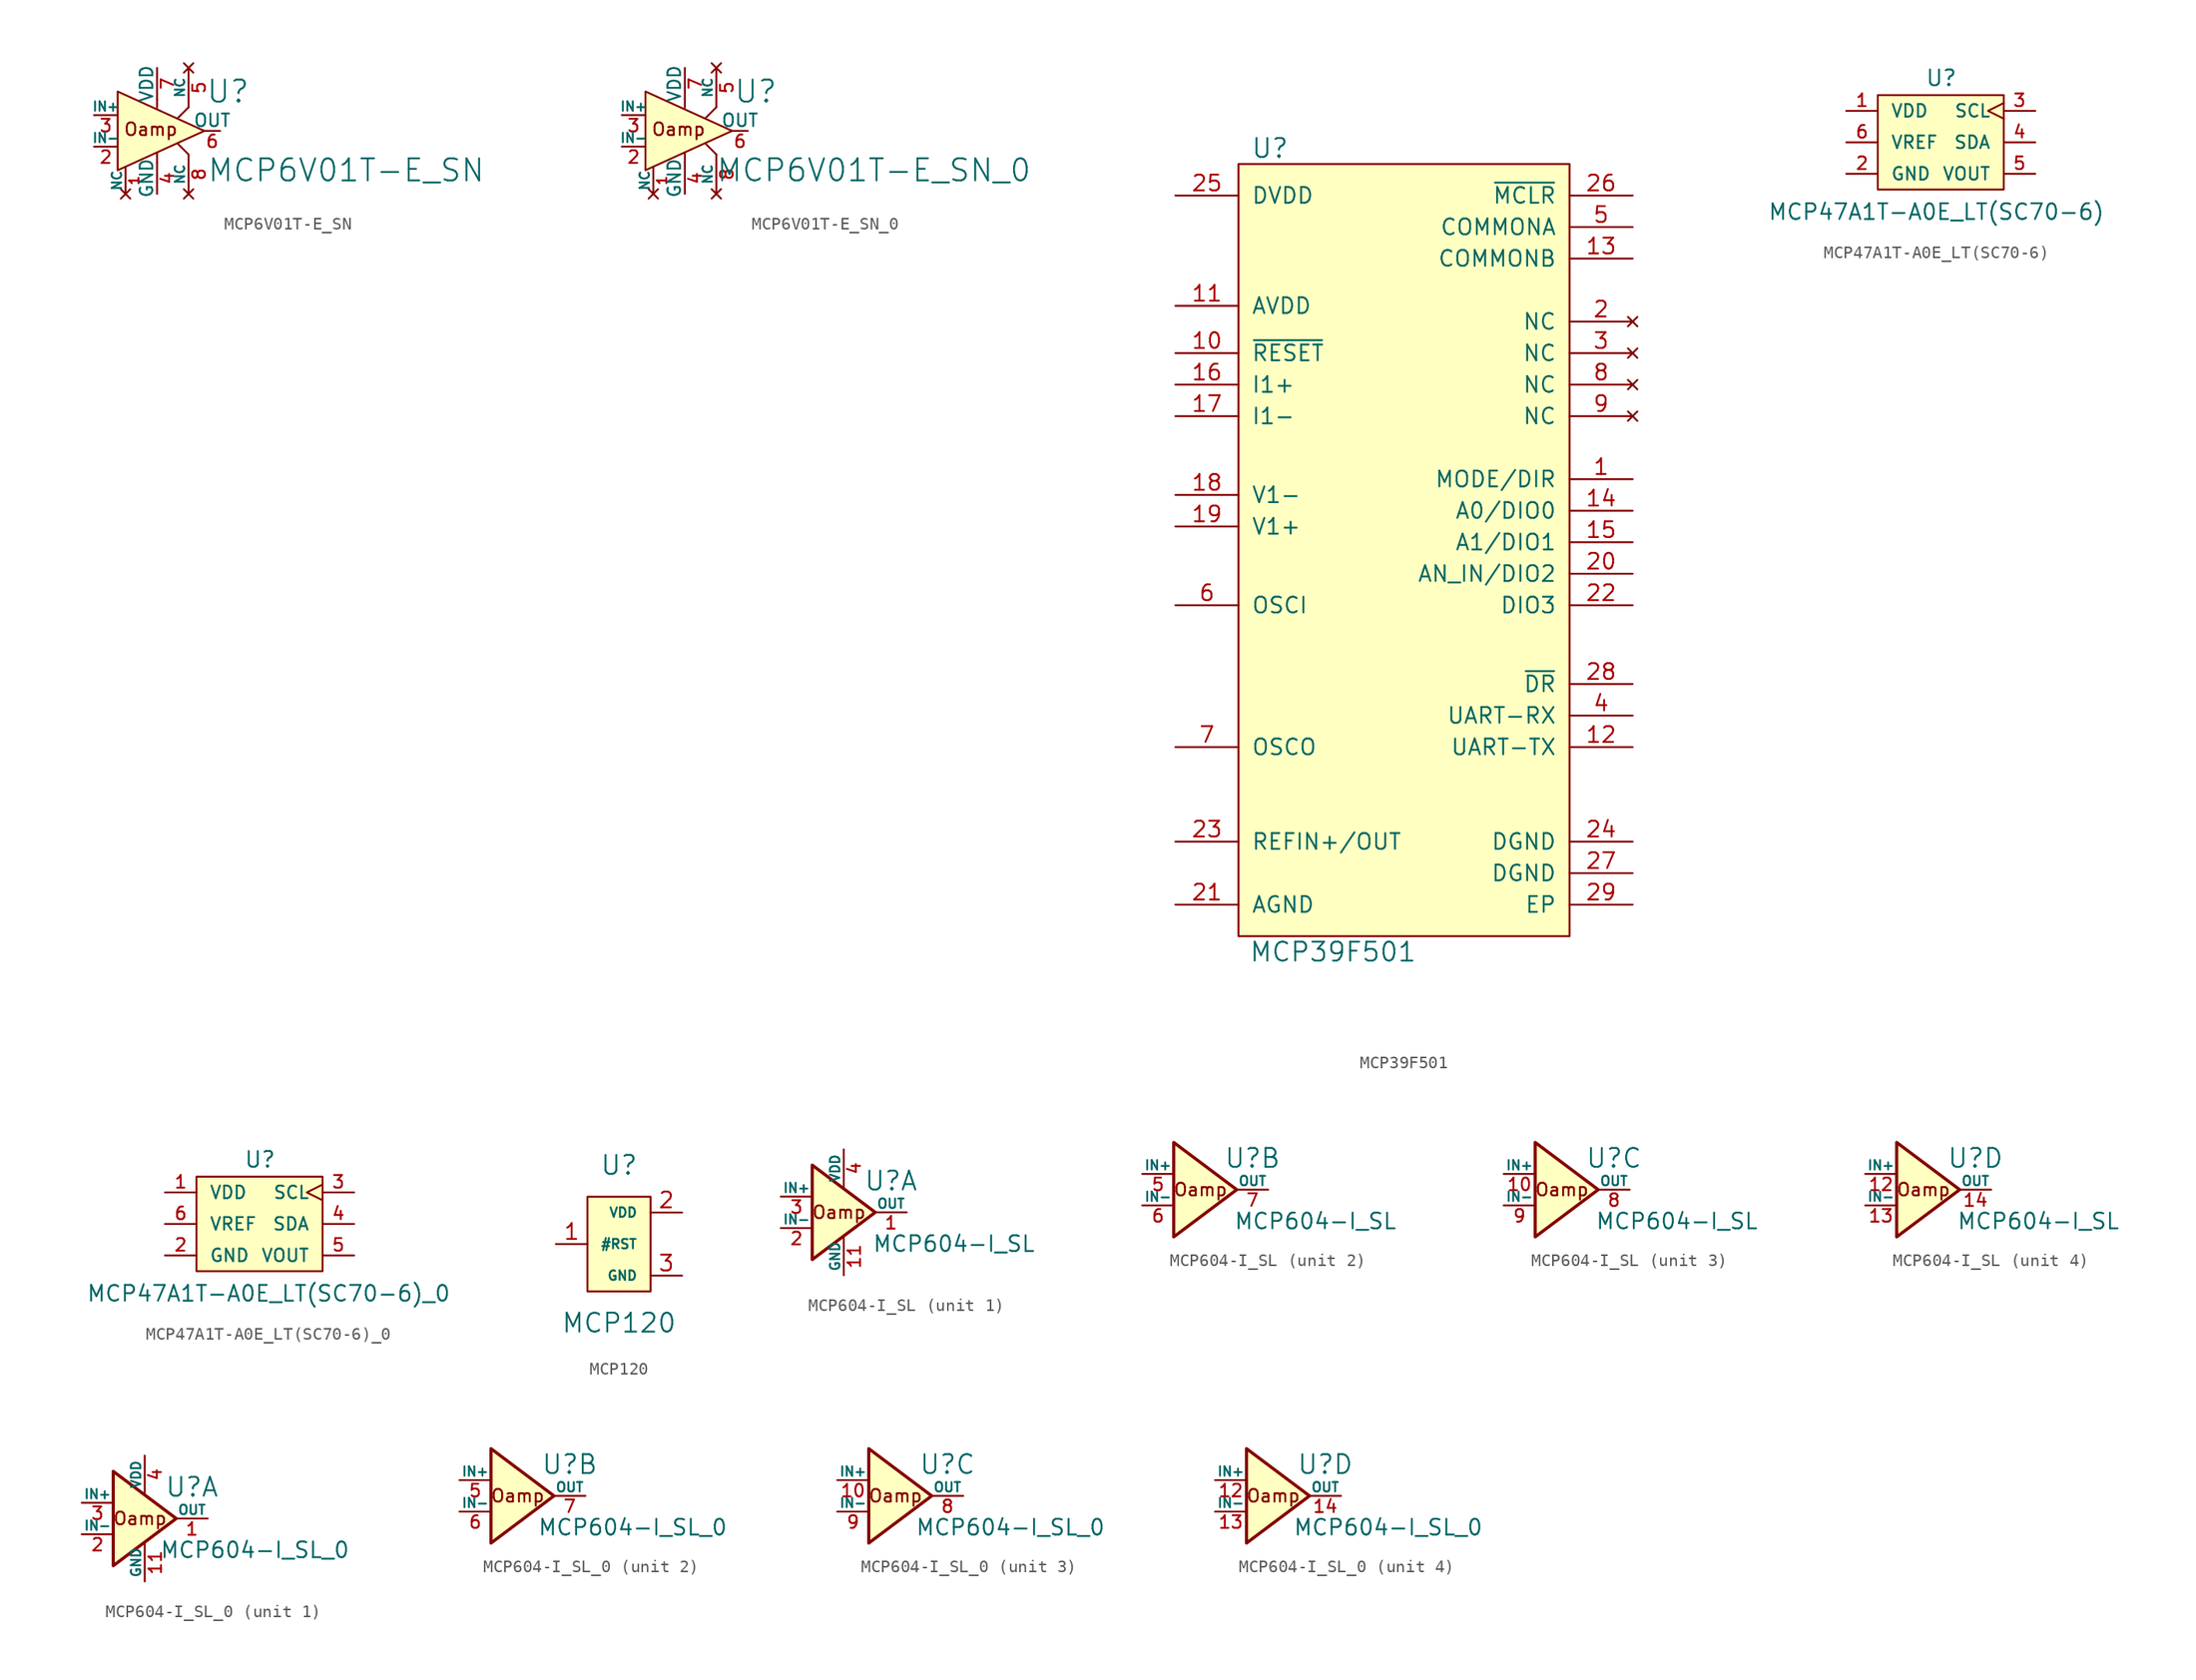
<source format=kicad_sym>
(kicad_symbol_lib
  (version 20220914)
  (generator kicad_symbol_editor)
  (symbol "MCP6V01T-E_SN"
    (pin_names
      (offset 0))
    (property "Reference" "U"
      (at 5.715 3.175 0)
      (effects (font (size 1.778 1.778))))
    (property "Value" "MCP6V01T-E_SN"
      (at 15.24 -3.175 0)
      (effects (font (size 1.778 1.778))))
    (property "Footprint" ""
      (at 0 0 0)
      (effects (font (size 1.524 1.524))))
    (property "Datasheet" ""
      (at 0 0 0)
      (effects (font (size 1.524 1.524))))
    (symbol "MCP6V01T-E_SN_0_0"
      (text "Oamp" (at -0.508 0.127 0) (effects (font (size 1.016 1.016)))))
    (symbol "MCP6V01T-E_SN_0_1"
      (polyline (pts (xy 0 -2.54) (xy 0 -1.778)) (stroke (width 0) (type solid)) (fill (type none)))
      (polyline (pts (xy 1.905 -1.27) (xy 1.651 -1.016)) (stroke (width 0) (type solid)) (fill (type none)))
      (polyline (pts (xy 1.905 1.27) (xy 1.651 1.016)) (stroke (width 0) (type solid)) (fill (type none)))
      (polyline (pts (xy 2.54 -1.905) (xy 1.905 -1.27)) (stroke (width 0) (type solid)) (fill (type none)))
      (polyline (pts (xy 2.54 1.905) (xy 1.905 1.27)) (stroke (width 0) (type solid)) (fill (type none)))
      (polyline (pts (xy -3.175 3.175) (xy -3.175 -3.175) (xy 3.81 0) (xy -3.175 3.175)) (stroke (width 0) (type solid)) (fill (type background)))
      (rectangle (start 0 1.778) (end 0 1.778) (stroke (width 0) (type solid)) (fill (type background)))
      (rectangle (start 0 2.54) (end 0 1.905) (stroke (width 0) (type solid)) (fill (type none))))
    (symbol "MCP6V01T-E_SN_1_1"
      (pin no_connect line (at -2.54 -5.08 90) (length 2.159) (name "NC" (effects (font (size 0.762 0.762)))) (number "1" (effects (font (size 0.762 0.762)))))
      (pin input line (at -5.08 -1.27 0) (length 1.905) (name "IN-" (effects (font (size 0.762 0.762)))) (number "2" (effects (font (size 1.016 1.016)))))
      (pin input line (at -5.08 1.27 0) (length 1.905) (name "IN+" (effects (font (size 0.762 0.762)))) (number "3" (effects (font (size 1.016 1.016)))))
      (pin passive line (at 0 -5.08 90) (length 2.54) (name "GND" (effects (font (size 1.016 1.016)))) (number "4" (effects (font (size 1.016 1.016)))))
      (pin no_connect line (at 2.54 5.08 270) (length 3.175) (name "NC" (effects (font (size 0.762 0.762)))) (number "5" (effects (font (size 1.016 1.016)))))
      (pin output line (at 5.08 0 180) (length 1.27) (name "OUT" (effects (font (size 1.016 1.016)))) (number "6" (effects (font (size 1.016 1.016)))))
      (pin passive line (at 0 5.08 270) (length 2.54) (name "VDD" (effects (font (size 1.016 1.016)))) (number "7" (effects (font (size 1.016 1.016)))))
      (pin no_connect line (at 2.54 -5.08 90) (length 3.175) (name "NC" (effects (font (size 0.762 0.762)))) (number "8" (effects (font (size 1.016 1.016)))))))
  (symbol "MCP6V01T-E_SN_0"
    (pin_names
      (offset 0))
    (property "Reference" "U"
      (at 5.715 3.175 0)
      (effects (font (size 1.778 1.778))))
    (property "Value" "MCP6V01T-E_SN_0"
      (at 15.24 -3.175 0)
      (effects (font (size 1.778 1.778))))
    (property "Footprint" ""
      (at 0 0 0)
      (effects (font (size 1.524 1.524))))
    (property "Datasheet" ""
      (at 0 0 0)
      (effects (font (size 1.524 1.524))))
    (symbol "MCP6V01T-E_SN_0_0_0"
      (text "Oamp" (at -0.508 0.127 0) (effects (font (size 1.016 1.016)))))
    (symbol "MCP6V01T-E_SN_0_0_1"
      (polyline (pts (xy 0 -2.54) (xy 0 -1.778)) (stroke (width 0) (type solid)) (fill (type none)))
      (polyline (pts (xy 1.905 -1.27) (xy 1.651 -1.016)) (stroke (width 0) (type solid)) (fill (type none)))
      (polyline (pts (xy 1.905 1.27) (xy 1.651 1.016)) (stroke (width 0) (type solid)) (fill (type none)))
      (polyline (pts (xy 2.54 -1.905) (xy 1.905 -1.27)) (stroke (width 0) (type solid)) (fill (type none)))
      (polyline (pts (xy 2.54 1.905) (xy 1.905 1.27)) (stroke (width 0) (type solid)) (fill (type none)))
      (polyline (pts (xy -3.175 3.175) (xy -3.175 -3.175) (xy 3.81 0) (xy -3.175 3.175)) (stroke (width 0) (type solid)) (fill (type background)))
      (rectangle (start 0 1.778) (end 0 1.778) (stroke (width 0) (type solid)) (fill (type background)))
      (rectangle (start 0 2.54) (end 0 1.905) (stroke (width 0) (type solid)) (fill (type none))))
    (symbol "MCP6V01T-E_SN_0_1_1"
      (pin no_connect line (at -2.54 -5.08 90) (length 2.159) (name "NC" (effects (font (size 0.762 0.762)))) (number "1" (effects (font (size 0.762 0.762)))))
      (pin input line (at -5.08 -1.27 0) (length 1.905) (name "IN-" (effects (font (size 0.762 0.762)))) (number "2" (effects (font (size 1.016 1.016)))))
      (pin input line (at -5.08 1.27 0) (length 1.905) (name "IN+" (effects (font (size 0.762 0.762)))) (number "3" (effects (font (size 1.016 1.016)))))
      (pin passive line (at 0 -5.08 90) (length 2.54) (name "GND" (effects (font (size 1.016 1.016)))) (number "4" (effects (font (size 1.016 1.016)))))
      (pin no_connect line (at 2.54 5.08 270) (length 3.175) (name "NC" (effects (font (size 0.762 0.762)))) (number "5" (effects (font (size 1.016 1.016)))))
      (pin output line (at 5.08 0 180) (length 1.27) (name "OUT" (effects (font (size 1.016 1.016)))) (number "6" (effects (font (size 1.016 1.016)))))
      (pin passive line (at 0 5.08 270) (length 2.54) (name "VDD" (effects (font (size 1.016 1.016)))) (number "7" (effects (font (size 1.016 1.016)))))
      (pin no_connect line (at 2.54 -5.08 90) (length 3.175) (name "NC" (effects (font (size 0.762 0.762)))) (number "8" (effects (font (size 1.016 1.016)))))))
  (symbol "MCP39F501"
    (pin_names
      (offset 1.016))
    (property "Reference" "U"
      (at -11.43 30.48 0)
      (effects (font (size 1.524 1.524))))
    (property "Value" "MCP39F501"
      (at -6.35 -34.29 0)
      (effects (font (size 1.524 1.524))))
    (property "Footprint" ""
      (at -6.35 2.54 0)
      (effects (font (size 1.524 1.524))))
    (property "Datasheet" ""
      (at -6.35 2.54 0)
      (effects (font (size 1.524 1.524))))
    (symbol "MCP39F501_0_1"
      (rectangle (start -13.97 29.21) (end 12.7 -33.02) (stroke (width 0) (type solid)) (fill (type background))))
    (symbol "MCP39F501_1_1"
      (pin passive line (at 17.78 3.81 180) (length 5.08) (name "MODE/DIR" (effects (font (size 1.27 1.27)))) (number "1" (effects (font (size 1.27 1.27)))))
      (pin passive line (at -19.05 13.97 0) (length 5.08) (name "~{RESET}" (effects (font (size 1.27 1.27)))) (number "10" (effects (font (size 1.27 1.27)))))
      (pin power_in line (at -19.05 17.78 0) (length 5.08) (name "AVDD" (effects (font (size 1.27 1.27)))) (number "11" (effects (font (size 1.27 1.27)))))
      (pin output line (at 17.78 -17.78 180) (length 5.08) (name "UART-TX" (effects (font (size 1.27 1.27)))) (number "12" (effects (font (size 1.27 1.27)))))
      (pin passive line (at 17.78 21.59 180) (length 5.08) (name "COMMONB" (effects (font (size 1.27 1.27)))) (number "13" (effects (font (size 1.27 1.27)))))
      (pin passive line (at 17.78 1.27 180) (length 5.08) (name "A0/DIO0" (effects (font (size 1.27 1.27)))) (number "14" (effects (font (size 1.27 1.27)))))
      (pin passive line (at 17.78 -1.27 180) (length 5.08) (name "A1/DIO1" (effects (font (size 1.27 1.27)))) (number "15" (effects (font (size 1.27 1.27)))))
      (pin passive line (at -19.05 11.43 0) (length 5.08) (name "I1+" (effects (font (size 1.27 1.27)))) (number "16" (effects (font (size 1.27 1.27)))))
      (pin passive line (at -19.05 8.89 0) (length 5.08) (name "I1-" (effects (font (size 1.27 1.27)))) (number "17" (effects (font (size 1.27 1.27)))))
      (pin passive line (at -19.05 2.54 0) (length 5.08) (name "V1-" (effects (font (size 1.27 1.27)))) (number "18" (effects (font (size 1.27 1.27)))))
      (pin passive line (at -19.05 0 0) (length 5.08) (name "V1+" (effects (font (size 1.27 1.27)))) (number "19" (effects (font (size 1.27 1.27)))))
      (pin no_connect line (at 17.78 16.51 180) (length 5.08) (name "NC" (effects (font (size 1.27 1.27)))) (number "2" (effects (font (size 1.27 1.27)))))
      (pin passive line (at 17.78 -3.81 180) (length 5.08) (name "AN_IN/DIO2" (effects (font (size 1.27 1.27)))) (number "20" (effects (font (size 1.27 1.27)))))
      (pin power_in line (at -19.05 -30.48 0) (length 5.08) (name "AGND" (effects (font (size 1.27 1.27)))) (number "21" (effects (font (size 1.27 1.27)))))
      (pin passive line (at 17.78 -6.35 180) (length 5.08) (name "DIO3" (effects (font (size 1.27 1.27)))) (number "22" (effects (font (size 1.27 1.27)))))
      (pin passive line (at -19.05 -25.4 0) (length 5.08) (name "REFIN+/OUT" (effects (font (size 1.27 1.27)))) (number "23" (effects (font (size 1.27 1.27)))))
      (pin power_in line (at 17.78 -25.4 180) (length 5.08) (name "DGND" (effects (font (size 1.27 1.27)))) (number "24" (effects (font (size 1.27 1.27)))))
      (pin power_in line (at -19.05 26.67 0) (length 5.08) (name "DVDD" (effects (font (size 1.27 1.27)))) (number "25" (effects (font (size 1.27 1.27)))))
      (pin passive line (at 17.78 26.67 180) (length 5.08) (name "~{MCLR}" (effects (font (size 1.27 1.27)))) (number "26" (effects (font (size 1.27 1.27)))))
      (pin power_in line (at 17.78 -27.94 180) (length 5.08) (name "DGND" (effects (font (size 1.27 1.27)))) (number "27" (effects (font (size 1.27 1.27)))))
      (pin passive line (at 17.78 -12.7 180) (length 5.08) (name "~{DR}" (effects (font (size 1.27 1.27)))) (number "28" (effects (font (size 1.27 1.27)))))
      (pin power_in line (at 17.78 -30.48 180) (length 5.08) (name "EP" (effects (font (size 1.27 1.27)))) (number "29" (effects (font (size 1.27 1.27)))))
      (pin no_connect line (at 17.78 13.97 180) (length 5.08) (name "NC" (effects (font (size 1.27 1.27)))) (number "3" (effects (font (size 1.27 1.27)))))
      (pin input line (at 17.78 -15.24 180) (length 5.08) (name "UART-RX" (effects (font (size 1.27 1.27)))) (number "4" (effects (font (size 1.27 1.27)))))
      (pin passive line (at 17.78 24.13 180) (length 5.08) (name "COMMONA" (effects (font (size 1.27 1.27)))) (number "5" (effects (font (size 1.27 1.27)))))
      (pin passive line (at -19.05 -6.35 0) (length 5.08) (name "OSCI" (effects (font (size 1.27 1.27)))) (number "6" (effects (font (size 1.27 1.27)))))
      (pin passive line (at -19.05 -17.78 0) (length 5.08) (name "OSCO" (effects (font (size 1.27 1.27)))) (number "7" (effects (font (size 1.27 1.27)))))
      (pin no_connect line (at 17.78 11.43 180) (length 5.08) (name "NC" (effects (font (size 1.27 1.27)))) (number "8" (effects (font (size 1.27 1.27)))))
      (pin no_connect line (at 17.78 8.89 180) (length 5.08) (name "NC" (effects (font (size 1.27 1.27)))) (number "9" (effects (font (size 1.27 1.27)))))))
  (symbol "MCP47A1T-A0E_LT(SC70-6)"
    (pin_names
      (offset 1.016))
    (property "Reference" "U"
      (at -1.27 4.445 0)
      (effects (font (size 1.27 1.27)) (justify left bottom)))
    (property "Value" "MCP47A1T-A0E_LT(SC70-6)"
      (at -13.97 -6.35 0)
      (effects (font (size 1.27 1.27)) (justify left bottom)))
    (property "Datasheet" ""
      (at 0 0 0)
      (effects (font (size 1.524 1.524))))
    (symbol "MCP47A1T-A0E_LT(SC70-6)_0_1"
      (rectangle (start -5.08 3.81) (end 5.08 -3.81) (stroke (width 0) (type solid)) (fill (type background))))
    (symbol "MCP47A1T-A0E_LT(SC70-6)_1_1"
      (pin power_in line (at -7.62 2.54 0) (length 2.54) (name "VDD" (effects (font (size 1.016 1.016)))) (number "1" (effects (font (size 1.016 1.016)))))
      (pin power_in line (at -7.62 -2.54 0) (length 2.54) (name "GND" (effects (font (size 1.016 1.016)))) (number "2" (effects (font (size 1.016 1.016)))))
      (pin input clock (at 7.62 2.54 180) (length 2.54) (name "SCL" (effects (font (size 1.016 1.016)))) (number "3" (effects (font (size 1.016 1.016)))))
      (pin bidirectional line (at 7.62 0 180) (length 2.54) (name "SDA" (effects (font (size 1.016 1.016)))) (number "4" (effects (font (size 1.016 1.016)))))
      (pin output line (at 7.62 -2.54 180) (length 2.54) (name "VOUT" (effects (font (size 1.016 1.016)))) (number "5" (effects (font (size 1.016 1.016)))))
      (pin input line (at -7.62 0 0) (length 2.54) (name "VREF" (effects (font (size 1.016 1.016)))) (number "6" (effects (font (size 1.016 1.016)))))))
  (symbol "MCP47A1T-A0E_LT(SC70-6)_0"
    (pin_names
      (offset 1.016))
    (property "Reference" "U"
      (at -1.27 4.445 0)
      (effects (font (size 1.27 1.27)) (justify left bottom)))
    (property "Value" "MCP47A1T-A0E_LT(SC70-6)_0"
      (at -13.97 -6.35 0)
      (effects (font (size 1.27 1.27)) (justify left bottom)))
    (property "Datasheet" ""
      (at 0 0 0)
      (effects (font (size 1.524 1.524))))
    (symbol "MCP47A1T-A0E_LT(SC70-6)_0_0_1"
      (rectangle (start -5.08 3.81) (end 5.08 -3.81) (stroke (width 0) (type solid)) (fill (type background))))
    (symbol "MCP47A1T-A0E_LT(SC70-6)_0_1_1"
      (pin power_in line (at -7.62 2.54 0) (length 2.54) (name "VDD" (effects (font (size 1.016 1.016)))) (number "1" (effects (font (size 1.016 1.016)))))
      (pin power_in line (at -7.62 -2.54 0) (length 2.54) (name "GND" (effects (font (size 1.016 1.016)))) (number "2" (effects (font (size 1.016 1.016)))))
      (pin input clock (at 7.62 2.54 180) (length 2.54) (name "SCL" (effects (font (size 1.016 1.016)))) (number "3" (effects (font (size 1.016 1.016)))))
      (pin bidirectional line (at 7.62 0 180) (length 2.54) (name "SDA" (effects (font (size 1.016 1.016)))) (number "4" (effects (font (size 1.016 1.016)))))
      (pin output line (at 7.62 -2.54 180) (length 2.54) (name "VOUT" (effects (font (size 1.016 1.016)))) (number "5" (effects (font (size 1.016 1.016)))))
      (pin input line (at -7.62 0 0) (length 2.54) (name "VREF" (effects (font (size 1.016 1.016)))) (number "6" (effects (font (size 1.016 1.016)))))))
  (symbol "MCP120"
    (pin_names
      (offset 1.016))
    (property "Reference" "U"
      (at 0 6.35 0)
      (effects (font (size 1.524 1.524))))
    (property "Value" "MCP120"
      (at 0 -6.35 0)
      (effects (font (size 1.524 1.524))))
    (symbol "MCP120_0_1"
      (rectangle (start -2.54 3.81) (end 2.54 -3.81) (stroke (width 0) (type solid)) (fill (type background))))
    (symbol "MCP120_1_1"
      (pin open_collector line (at -5.08 0 0) (length 2.54) (name "#RST" (effects (font (size 0.762 0.762)))) (number "1" (effects (font (size 1.27 1.27)))))
      (pin power_in line (at 5.08 2.54 180) (length 2.54) (name "VDD" (effects (font (size 0.762 0.762)))) (number "2" (effects (font (size 1.27 1.27)))))
      (pin power_in line (at 5.08 -2.54 180) (length 2.54) (name "GND" (effects (font (size 0.762 0.762)))) (number "3" (effects (font (size 1.27 1.27)))))))
  (symbol "MCP604-I_SL"
    (pin_names
      (offset 0))
    (property "Reference" "U"
      (at 3.81 2.54 0)
      (effects (font (size 1.524 1.524))))
    (property "Value" "MCP604-I_SL"
      (at 8.89 -2.54 0)
      (effects (font (size 1.27 1.27))))
    (property "Footprint" ""
      (at 2.54 0 0)
      (effects (font (size 1.524 1.524))))
    (property "Datasheet" ""
      (at 2.54 0 0)
      (effects (font (size 1.524 1.524))))
    (symbol "MCP604-I_SL_0_0"
      (text "Oamp" (at -0.381 0 0) (effects (font (size 1.016 1.016)))))
    (symbol "MCP604-I_SL_0_1"
      (polyline (pts (xy -2.54 3.81) (xy 2.54 0) (xy -2.54 -3.81) (xy -2.54 3.81)) (stroke (width 0.254) (type solid)) (fill (type background))))
    (symbol "MCP604-I_SL_1_0"
      (pin power_in line (at 0 -5.08 90) (length 3.048) (name "GND" (effects (font (size 0.762 0.762)))) (number "11" (effects (font (size 1.016 1.016)))))
      (pin power_in line (at 0 5.08 270) (length 3.048) (name "VDD" (effects (font (size 0.762 0.762)))) (number "4" (effects (font (size 1.016 1.016))))))
    (symbol "MCP604-I_SL_1_1"
      (pin output line (at 5.08 0 180) (length 2.54) (name "OUT" (effects (font (size 0.762 0.762)))) (number "1" (effects (font (size 1.016 1.016)))))
      (pin input line (at -5.08 -1.27 0) (length 2.54) (name "IN-" (effects (font (size 0.762 0.762)))) (number "2" (effects (font (size 1.016 1.016)))))
      (pin input line (at -5.08 1.27 0) (length 2.54) (name "IN+" (effects (font (size 0.762 0.762)))) (number "3" (effects (font (size 1.016 1.016))))))
    (symbol "MCP604-I_SL_2_1"
      (pin input line (at -5.08 1.27 0) (length 2.54) (name "IN+" (effects (font (size 0.762 0.762)))) (number "5" (effects (font (size 1.016 1.016)))))
      (pin input line (at -5.08 -1.27 0) (length 2.54) (name "IN-" (effects (font (size 0.762 0.762)))) (number "6" (effects (font (size 1.016 1.016)))))
      (pin output line (at 5.08 0 180) (length 2.54) (name "OUT" (effects (font (size 0.762 0.762)))) (number "7" (effects (font (size 1.016 1.016))))))
    (symbol "MCP604-I_SL_3_1"
      (pin input line (at -5.08 1.27 0) (length 2.54) (name "IN+" (effects (font (size 0.762 0.762)))) (number "10" (effects (font (size 1.016 1.016)))))
      (pin output line (at 5.08 0 180) (length 2.54) (name "OUT" (effects (font (size 0.762 0.762)))) (number "8" (effects (font (size 1.016 1.016)))))
      (pin input line (at -5.08 -1.27 0) (length 2.54) (name "IN-" (effects (font (size 0.762 0.762)))) (number "9" (effects (font (size 1.016 1.016))))))
    (symbol "MCP604-I_SL_4_1"
      (pin input line (at -5.08 1.27 0) (length 2.54) (name "IN+" (effects (font (size 0.762 0.762)))) (number "12" (effects (font (size 1.016 1.016)))))
      (pin input line (at -5.08 -1.27 0) (length 2.54) (name "IN-" (effects (font (size 0.762 0.762)))) (number "13" (effects (font (size 1.016 1.016)))))
      (pin output line (at 5.08 0 180) (length 2.54) (name "OUT" (effects (font (size 0.762 0.762)))) (number "14" (effects (font (size 1.016 1.016)))))))
  (symbol "MCP604-I_SL_0"
    (pin_names
      (offset 0))
    (property "Reference" "U"
      (at 3.81 2.54 0)
      (effects (font (size 1.524 1.524))))
    (property "Value" "MCP604-I_SL_0"
      (at 8.89 -2.54 0)
      (effects (font (size 1.27 1.27))))
    (property "Footprint" ""
      (at 2.54 0 0)
      (effects (font (size 1.524 1.524))))
    (property "Datasheet" ""
      (at 2.54 0 0)
      (effects (font (size 1.524 1.524))))
    (symbol "MCP604-I_SL_0_0_0"
      (text "Oamp" (at -0.381 0 0) (effects (font (size 1.016 1.016)))))
    (symbol "MCP604-I_SL_0_0_1"
      (polyline (pts (xy -2.54 3.81) (xy 2.54 0) (xy -2.54 -3.81) (xy -2.54 3.81)) (stroke (width 0.254) (type solid)) (fill (type background))))
    (symbol "MCP604-I_SL_0_1_0"
      (pin power_in line (at 0 -5.08 90) (length 3.048) (name "GND" (effects (font (size 0.762 0.762)))) (number "11" (effects (font (size 1.016 1.016)))))
      (pin power_in line (at 0 5.08 270) (length 3.048) (name "VDD" (effects (font (size 0.762 0.762)))) (number "4" (effects (font (size 1.016 1.016))))))
    (symbol "MCP604-I_SL_0_1_1"
      (pin output line (at 5.08 0 180) (length 2.54) (name "OUT" (effects (font (size 0.762 0.762)))) (number "1" (effects (font (size 1.016 1.016)))))
      (pin input line (at -5.08 -1.27 0) (length 2.54) (name "IN-" (effects (font (size 0.762 0.762)))) (number "2" (effects (font (size 1.016 1.016)))))
      (pin input line (at -5.08 1.27 0) (length 2.54) (name "IN+" (effects (font (size 0.762 0.762)))) (number "3" (effects (font (size 1.016 1.016))))))
    (symbol "MCP604-I_SL_0_2_1"
      (pin input line (at -5.08 1.27 0) (length 2.54) (name "IN+" (effects (font (size 0.762 0.762)))) (number "5" (effects (font (size 1.016 1.016)))))
      (pin input line (at -5.08 -1.27 0) (length 2.54) (name "IN-" (effects (font (size 0.762 0.762)))) (number "6" (effects (font (size 1.016 1.016)))))
      (pin output line (at 5.08 0 180) (length 2.54) (name "OUT" (effects (font (size 0.762 0.762)))) (number "7" (effects (font (size 1.016 1.016))))))
    (symbol "MCP604-I_SL_0_3_1"
      (pin input line (at -5.08 1.27 0) (length 2.54) (name "IN+" (effects (font (size 0.762 0.762)))) (number "10" (effects (font (size 1.016 1.016)))))
      (pin output line (at 5.08 0 180) (length 2.54) (name "OUT" (effects (font (size 0.762 0.762)))) (number "8" (effects (font (size 1.016 1.016)))))
      (pin input line (at -5.08 -1.27 0) (length 2.54) (name "IN-" (effects (font (size 0.762 0.762)))) (number "9" (effects (font (size 1.016 1.016))))))
    (symbol "MCP604-I_SL_0_4_1"
      (pin input line (at -5.08 1.27 0) (length 2.54) (name "IN+" (effects (font (size 0.762 0.762)))) (number "12" (effects (font (size 1.016 1.016)))))
      (pin input line (at -5.08 -1.27 0) (length 2.54) (name "IN-" (effects (font (size 0.762 0.762)))) (number "13" (effects (font (size 1.016 1.016)))))
      (pin output line (at 5.08 0 180) (length 2.54) (name "OUT" (effects (font (size 0.762 0.762)))) (number "14" (effects (font (size 1.016 1.016))))))))
</source>
